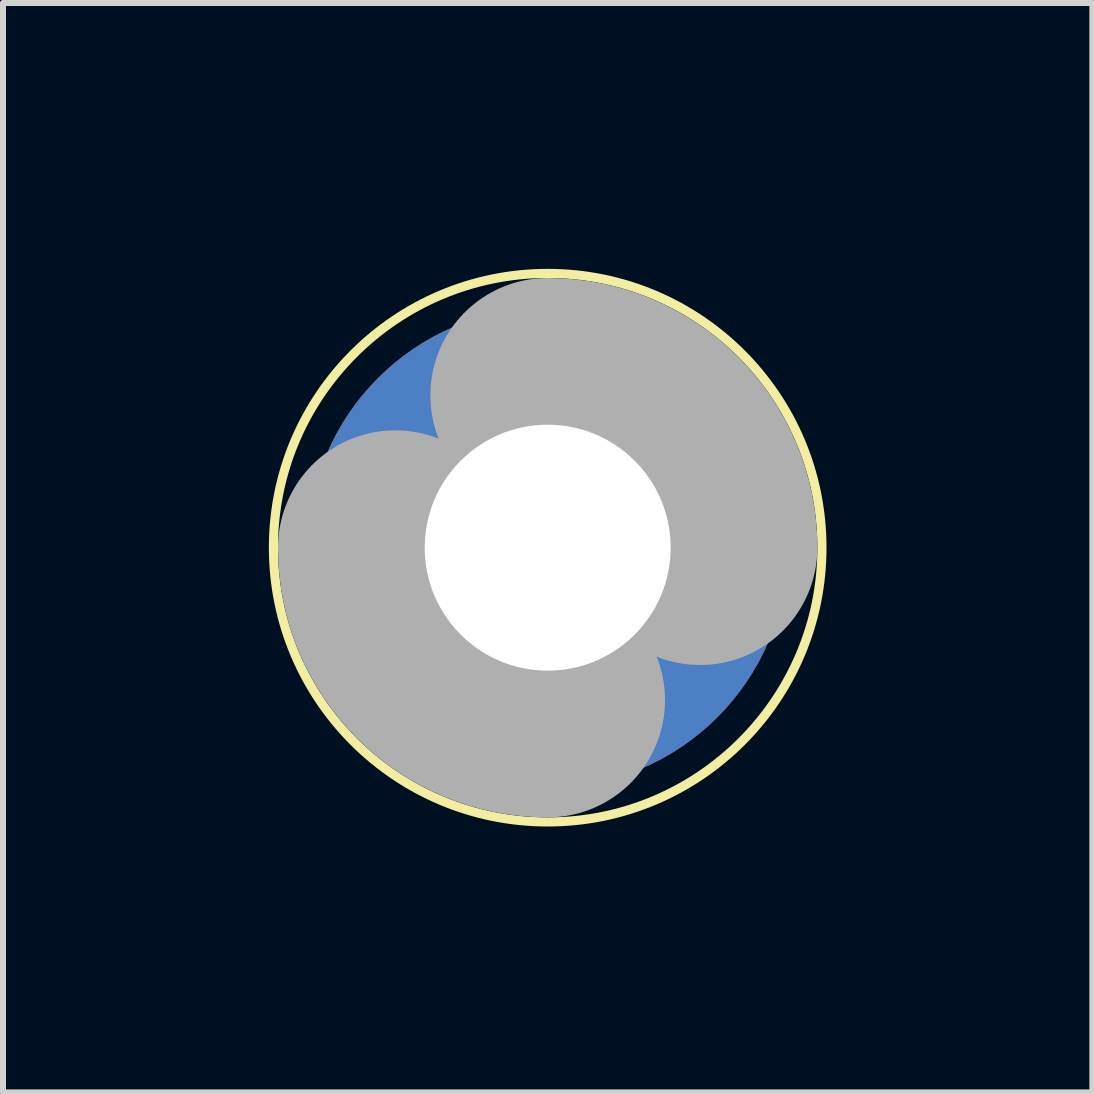
<source format=kicad_pcb>
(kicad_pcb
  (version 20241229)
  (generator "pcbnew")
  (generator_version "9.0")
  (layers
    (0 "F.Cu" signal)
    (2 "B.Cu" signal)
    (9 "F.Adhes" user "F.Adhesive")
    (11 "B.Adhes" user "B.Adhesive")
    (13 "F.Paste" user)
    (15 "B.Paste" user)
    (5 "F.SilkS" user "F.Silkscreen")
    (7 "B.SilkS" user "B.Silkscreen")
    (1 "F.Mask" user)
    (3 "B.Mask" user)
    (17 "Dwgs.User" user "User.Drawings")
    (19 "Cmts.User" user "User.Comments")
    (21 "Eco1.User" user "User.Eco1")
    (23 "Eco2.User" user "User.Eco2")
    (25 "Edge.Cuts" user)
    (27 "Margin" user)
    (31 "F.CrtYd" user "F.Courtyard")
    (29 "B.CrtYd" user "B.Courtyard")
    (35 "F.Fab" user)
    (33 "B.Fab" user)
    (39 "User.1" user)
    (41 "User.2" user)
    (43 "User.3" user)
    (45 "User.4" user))
  (footprint "footprint"
    (layer "F.Cu")
    (at 6.08 6.08)
    (property "Reference" "footprint" (at 0 0 0) (layer "F.SilkS") (effects (font (size 1.27 1.27) (thickness 0.15))))
    (fp_circle (center 0 0) (end 2.15 0) (stroke (width 0.203) (type solid)) (fill no) (layer "F.SilkS"))
    (fp_circle (center 0 0) (end 4.572 0) (stroke (width 0.152) (type solid)) (fill no) (layer "F.SilkS"))
    (fp_arc (start 0 -2.54) (mid 1.796051 -1.796051) (end 2.54 0) (stroke (width 3.9116) (type solid)) (layer "F.Fab"))
    (fp_arc (start 0 2.54) (mid -1.796051 1.796051) (end -2.54 0) (stroke (width 3.9116) (type solid)) (layer "F.Fab"))
    (fp_circle (center 0 0) (end 0.762 0) (stroke (width 0.457) (type solid)) (fill no) (layer "F.Fab"))
    (pad "B4,1" thru_hole circle (at 0 0) (size 8 8) (drill 4.1) (layers "*.Cu" "*.Mask"))
    (zone (net_name "") (layers "F.Cu" "B.Cu") (hatch edge 0.508) (connect_pads) (min_thickness 0.254) (filled_areas_thickness no) (keepout (tracks allowed) (vias not_allowed) (pads allowed) (copperpour allowed) (footprints allowed)) (placement (enabled no)) (fill) (polygon (pts (xy 12.16 6.08) (xy 12.068 5.024) (xy 11.793 4.001) (xy 11.345 3.04) (xy 10.738 2.172) (xy 9.988 1.422) (xy 9.12 0.815) (xy 8.159 0.367) (xy 7.136 0.092) (xy 6.08 0) (xy 5.024 0.092) (xy 4.001 0.367) (xy 3.04 0.815) (xy 2.172 1.422) (xy 1.422 2.172) (xy 0.815 3.04) (xy 0.367 4.001) (xy 0.092 5.024) (xy 0 6.08) (xy 0.092 7.136) (xy 0.367 8.159) (xy 0.815 9.12) (xy 1.422 9.988) (xy 2.172 10.738) (xy 3.04 11.345) (xy 4.001 11.793) (xy 5.024 12.068) (xy 6.08 12.16) (xy 7.136 12.068) (xy 8.159 11.793) (xy 9.12 11.345) (xy 9.988 10.738) (xy 10.738 9.988) (xy 11.345 9.12) (xy 11.793 8.159) (xy 12.068 7.136))) (polygon (pts (xy 10.16 6.08) (xy 10.098 5.372) (xy 9.914 4.685) (xy 9.613 4.04) (xy 9.205 3.457) (xy 8.703 2.955) (xy 8.12 2.547) (xy 7.475 2.246) (xy 6.788 2.062) (xy 6.08 2) (xy 5.372 2.062) (xy 4.685 2.246) (xy 4.04 2.547) (xy 3.457 2.955) (xy 2.955 3.457) (xy 2.547 4.04) (xy 2.246 4.685) (xy 2.062 5.372) (xy 2 6.08) (xy 2.062 6.788) (xy 2.246 7.475) (xy 2.547 8.12) (xy 2.955 8.703) (xy 3.457 9.205) (xy 4.04 9.613) (xy 4.685 9.914) (xy 5.372 10.098) (xy 6.08 10.16) (xy 6.788 10.098) (xy 7.475 9.914) (xy 8.12 9.613) (xy 8.703 9.205) (xy 9.205 8.703) (xy 9.613 8.12) (xy 9.914 7.475) (xy 10.098 6.788)))))
  (gr_rect
    (start -3 -3)
    (end 15.16 15.16)
    (stroke (width 0.1) (type default))
    (fill no)
    (layer "Edge.Cuts")))
</source>
